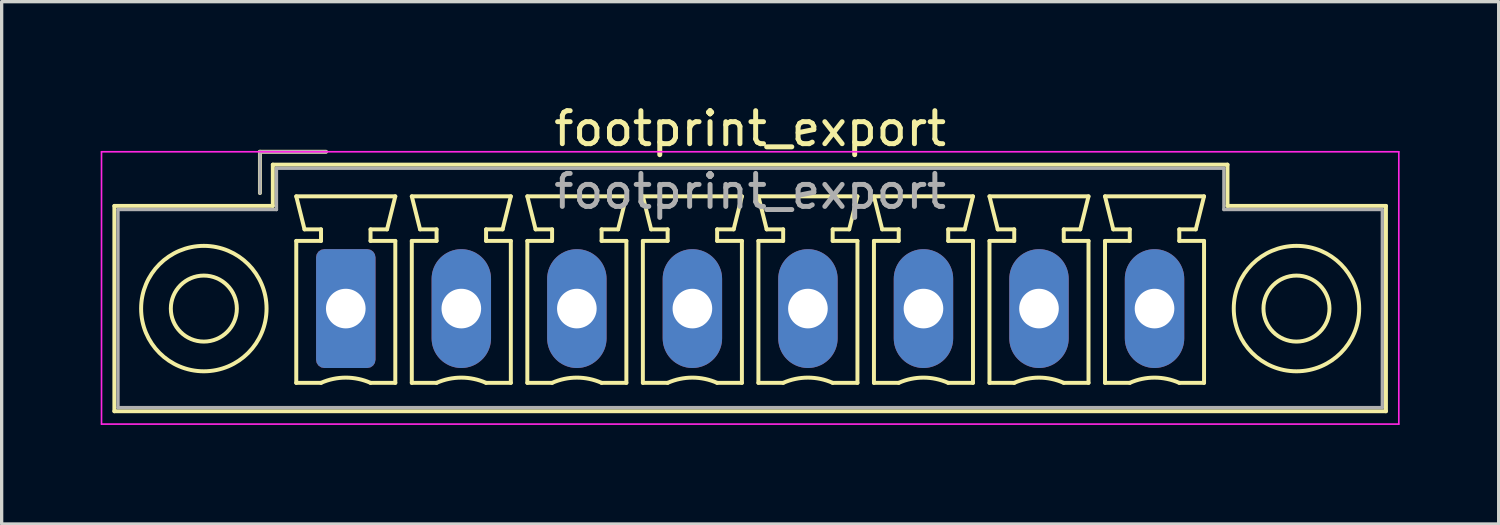
<source format=kicad_pcb>
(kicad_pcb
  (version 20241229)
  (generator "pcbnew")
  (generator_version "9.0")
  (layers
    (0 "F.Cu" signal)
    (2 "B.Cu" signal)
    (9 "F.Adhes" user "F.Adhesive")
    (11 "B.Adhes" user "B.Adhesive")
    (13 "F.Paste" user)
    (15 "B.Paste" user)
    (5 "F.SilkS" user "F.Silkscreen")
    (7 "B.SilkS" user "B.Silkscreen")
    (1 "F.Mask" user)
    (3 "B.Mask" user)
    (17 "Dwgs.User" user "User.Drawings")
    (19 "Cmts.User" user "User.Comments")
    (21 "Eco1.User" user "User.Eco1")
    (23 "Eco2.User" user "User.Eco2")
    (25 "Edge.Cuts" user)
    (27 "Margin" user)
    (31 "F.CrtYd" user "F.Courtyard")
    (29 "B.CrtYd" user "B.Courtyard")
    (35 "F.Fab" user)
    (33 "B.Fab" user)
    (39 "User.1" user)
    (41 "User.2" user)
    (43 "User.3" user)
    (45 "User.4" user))
  (footprint "footprint_export"
    (layer "F.Cu")
    (at 7.425 6.298)
    (property "Reference" "footprint_export" (at 12.25 -5.45 0) (layer "F.SilkS") (effects (font (size 1 1) (thickness 0.15))))
    (attr through_hole)
    (fp_line (start -7.01 -3.11) (end -7.01 3.11) (stroke (width 0.12) (type solid)) (layer "F.SilkS"))
    (fp_line (start -7.01 3.11) (end 31.51 3.11) (stroke (width 0.12) (type solid)) (layer "F.SilkS"))
    (fp_line (start -2.6 -4.75) (end -0.6 -4.75) (stroke (width 0.12) (type solid)) (layer "F.SilkS"))
    (fp_line (start -2.6 -3.5) (end -2.6 -4.75) (stroke (width 0.12) (type solid)) (layer "F.SilkS"))
    (fp_line (start -2.21 -4.36) (end -2.21 -3.11) (stroke (width 0.12) (type solid)) (layer "F.SilkS"))
    (fp_line (start -2.21 -3.11) (end -7.01 -3.11) (stroke (width 0.12) (type solid)) (layer "F.SilkS"))
    (fp_line (start -1.5 -3.4) (end 1.5 -3.4) (stroke (width 0.12) (type solid)) (layer "F.SilkS"))
    (fp_line (start -1.5 -2.05) (end -0.75 -2.05) (stroke (width 0.12) (type solid)) (layer "F.SilkS"))
    (fp_line (start -1.5 2.25) (end -1.5 -2.05) (stroke (width 0.12) (type solid)) (layer "F.SilkS"))
    (fp_line (start -1.25 -2.4) (end -1.5 -3.4) (stroke (width 0.12) (type solid)) (layer "F.SilkS"))
    (fp_line (start -0.75 -2.4) (end -1.25 -2.4) (stroke (width 0.12) (type solid)) (layer "F.SilkS"))
    (fp_line (start -0.75 -2.05) (end -0.75 -2.4) (stroke (width 0.12) (type solid)) (layer "F.SilkS"))
    (fp_line (start -0.75 2.25) (end -1.5 2.25) (stroke (width 0.12) (type solid)) (layer "F.SilkS"))
    (fp_line (start 0.75 -2.4) (end 0.75 -2.05) (stroke (width 0.12) (type solid)) (layer "F.SilkS"))
    (fp_line (start 0.75 -2.05) (end 1.5 -2.05) (stroke (width 0.12) (type solid)) (layer "F.SilkS"))
    (fp_line (start 1.25 -2.4) (end 0.75 -2.4) (stroke (width 0.12) (type solid)) (layer "F.SilkS"))
    (fp_line (start 1.5 -3.4) (end 1.25 -2.4) (stroke (width 0.12) (type solid)) (layer "F.SilkS"))
    (fp_line (start 1.5 -2.05) (end 1.5 2.25) (stroke (width 0.12) (type solid)) (layer "F.SilkS"))
    (fp_line (start 1.5 2.25) (end 0.75 2.25) (stroke (width 0.12) (type solid)) (layer "F.SilkS"))
    (fp_line (start 2 -3.4) (end 5 -3.4) (stroke (width 0.12) (type solid)) (layer "F.SilkS"))
    (fp_line (start 2 -2.05) (end 2.75 -2.05) (stroke (width 0.12) (type solid)) (layer "F.SilkS"))
    (fp_line (start 2 2.25) (end 2 -2.05) (stroke (width 0.12) (type solid)) (layer "F.SilkS"))
    (fp_line (start 2.25 -2.4) (end 2 -3.4) (stroke (width 0.12) (type solid)) (layer "F.SilkS"))
    (fp_line (start 2.75 -2.4) (end 2.25 -2.4) (stroke (width 0.12) (type solid)) (layer "F.SilkS"))
    (fp_line (start 2.75 -2.05) (end 2.75 -2.4) (stroke (width 0.12) (type solid)) (layer "F.SilkS"))
    (fp_line (start 2.75 2.25) (end 2 2.25) (stroke (width 0.12) (type solid)) (layer "F.SilkS"))
    (fp_line (start 4.25 -2.4) (end 4.25 -2.05) (stroke (width 0.12) (type solid)) (layer "F.SilkS"))
    (fp_line (start 4.25 -2.05) (end 5 -2.05) (stroke (width 0.12) (type solid)) (layer "F.SilkS"))
    (fp_line (start 4.75 -2.4) (end 4.25 -2.4) (stroke (width 0.12) (type solid)) (layer "F.SilkS"))
    (fp_line (start 5 -3.4) (end 4.75 -2.4) (stroke (width 0.12) (type solid)) (layer "F.SilkS"))
    (fp_line (start 5 -2.05) (end 5 2.25) (stroke (width 0.12) (type solid)) (layer "F.SilkS"))
    (fp_line (start 5 2.25) (end 4.25 2.25) (stroke (width 0.12) (type solid)) (layer "F.SilkS"))
    (fp_line (start 5.5 -3.4) (end 8.5 -3.4) (stroke (width 0.12) (type solid)) (layer "F.SilkS"))
    (fp_line (start 5.5 -2.05) (end 6.25 -2.05) (stroke (width 0.12) (type solid)) (layer "F.SilkS"))
    (fp_line (start 5.5 2.25) (end 5.5 -2.05) (stroke (width 0.12) (type solid)) (layer "F.SilkS"))
    (fp_line (start 5.75 -2.4) (end 5.5 -3.4) (stroke (width 0.12) (type solid)) (layer "F.SilkS"))
    (fp_line (start 6.25 -2.4) (end 5.75 -2.4) (stroke (width 0.12) (type solid)) (layer "F.SilkS"))
    (fp_line (start 6.25 -2.05) (end 6.25 -2.4) (stroke (width 0.12) (type solid)) (layer "F.SilkS"))
    (fp_line (start 6.25 2.25) (end 5.5 2.25) (stroke (width 0.12) (type solid)) (layer "F.SilkS"))
    (fp_line (start 7.75 -2.4) (end 7.75 -2.05) (stroke (width 0.12) (type solid)) (layer "F.SilkS"))
    (fp_line (start 7.75 -2.05) (end 8.5 -2.05) (stroke (width 0.12) (type solid)) (layer "F.SilkS"))
    (fp_line (start 8.25 -2.4) (end 7.75 -2.4) (stroke (width 0.12) (type solid)) (layer "F.SilkS"))
    (fp_line (start 8.5 -3.4) (end 8.25 -2.4) (stroke (width 0.12) (type solid)) (layer "F.SilkS"))
    (fp_line (start 8.5 -2.05) (end 8.5 2.25) (stroke (width 0.12) (type solid)) (layer "F.SilkS"))
    (fp_line (start 8.5 2.25) (end 7.75 2.25) (stroke (width 0.12) (type solid)) (layer "F.SilkS"))
    (fp_line (start 9 -3.4) (end 12 -3.4) (stroke (width 0.12) (type solid)) (layer "F.SilkS"))
    (fp_line (start 9 -2.05) (end 9.75 -2.05) (stroke (width 0.12) (type solid)) (layer "F.SilkS"))
    (fp_line (start 9 2.25) (end 9 -2.05) (stroke (width 0.12) (type solid)) (layer "F.SilkS"))
    (fp_line (start 9.25 -2.4) (end 9 -3.4) (stroke (width 0.12) (type solid)) (layer "F.SilkS"))
    (fp_line (start 9.75 -2.4) (end 9.25 -2.4) (stroke (width 0.12) (type solid)) (layer "F.SilkS"))
    (fp_line (start 9.75 -2.05) (end 9.75 -2.4) (stroke (width 0.12) (type solid)) (layer "F.SilkS"))
    (fp_line (start 9.75 2.25) (end 9 2.25) (stroke (width 0.12) (type solid)) (layer "F.SilkS"))
    (fp_line (start 11.25 -2.4) (end 11.25 -2.05) (stroke (width 0.12) (type solid)) (layer "F.SilkS"))
    (fp_line (start 11.25 -2.05) (end 12 -2.05) (stroke (width 0.12) (type solid)) (layer "F.SilkS"))
    (fp_line (start 11.75 -2.4) (end 11.25 -2.4) (stroke (width 0.12) (type solid)) (layer "F.SilkS"))
    (fp_line (start 12 -3.4) (end 11.75 -2.4) (stroke (width 0.12) (type solid)) (layer "F.SilkS"))
    (fp_line (start 12 -2.05) (end 12 2.25) (stroke (width 0.12) (type solid)) (layer "F.SilkS"))
    (fp_line (start 12 2.25) (end 11.25 2.25) (stroke (width 0.12) (type solid)) (layer "F.SilkS"))
    (fp_line (start 12.5 -3.4) (end 15.5 -3.4) (stroke (width 0.12) (type solid)) (layer "F.SilkS"))
    (fp_line (start 12.5 -2.05) (end 13.25 -2.05) (stroke (width 0.12) (type solid)) (layer "F.SilkS"))
    (fp_line (start 12.5 2.25) (end 12.5 -2.05) (stroke (width 0.12) (type solid)) (layer "F.SilkS"))
    (fp_line (start 12.75 -2.4) (end 12.5 -3.4) (stroke (width 0.12) (type solid)) (layer "F.SilkS"))
    (fp_line (start 13.25 -2.4) (end 12.75 -2.4) (stroke (width 0.12) (type solid)) (layer "F.SilkS"))
    (fp_line (start 13.25 -2.05) (end 13.25 -2.4) (stroke (width 0.12) (type solid)) (layer "F.SilkS"))
    (fp_line (start 13.25 2.25) (end 12.5 2.25) (stroke (width 0.12) (type solid)) (layer "F.SilkS"))
    (fp_line (start 14.75 -2.4) (end 14.75 -2.05) (stroke (width 0.12) (type solid)) (layer "F.SilkS"))
    (fp_line (start 14.75 -2.05) (end 15.5 -2.05) (stroke (width 0.12) (type solid)) (layer "F.SilkS"))
    (fp_line (start 15.25 -2.4) (end 14.75 -2.4) (stroke (width 0.12) (type solid)) (layer "F.SilkS"))
    (fp_line (start 15.5 -3.4) (end 15.25 -2.4) (stroke (width 0.12) (type solid)) (layer "F.SilkS"))
    (fp_line (start 15.5 -2.05) (end 15.5 2.25) (stroke (width 0.12) (type solid)) (layer "F.SilkS"))
    (fp_line (start 15.5 2.25) (end 14.75 2.25) (stroke (width 0.12) (type solid)) (layer "F.SilkS"))
    (fp_line (start 16 -3.4) (end 19 -3.4) (stroke (width 0.12) (type solid)) (layer "F.SilkS"))
    (fp_line (start 16 -2.05) (end 16.75 -2.05) (stroke (width 0.12) (type solid)) (layer "F.SilkS"))
    (fp_line (start 16 2.25) (end 16 -2.05) (stroke (width 0.12) (type solid)) (layer "F.SilkS"))
    (fp_line (start 16.25 -2.4) (end 16 -3.4) (stroke (width 0.12) (type solid)) (layer "F.SilkS"))
    (fp_line (start 16.75 -2.4) (end 16.25 -2.4) (stroke (width 0.12) (type solid)) (layer "F.SilkS"))
    (fp_line (start 16.75 -2.05) (end 16.75 -2.4) (stroke (width 0.12) (type solid)) (layer "F.SilkS"))
    (fp_line (start 16.75 2.25) (end 16 2.25) (stroke (width 0.12) (type solid)) (layer "F.SilkS"))
    (fp_line (start 18.25 -2.4) (end 18.25 -2.05) (stroke (width 0.12) (type solid)) (layer "F.SilkS"))
    (fp_line (start 18.25 -2.05) (end 19 -2.05) (stroke (width 0.12) (type solid)) (layer "F.SilkS"))
    (fp_line (start 18.75 -2.4) (end 18.25 -2.4) (stroke (width 0.12) (type solid)) (layer "F.SilkS"))
    (fp_line (start 19 -3.4) (end 18.75 -2.4) (stroke (width 0.12) (type solid)) (layer "F.SilkS"))
    (fp_line (start 19 -2.05) (end 19 2.25) (stroke (width 0.12) (type solid)) (layer "F.SilkS"))
    (fp_line (start 19 2.25) (end 18.25 2.25) (stroke (width 0.12) (type solid)) (layer "F.SilkS"))
    (fp_line (start 19.5 -3.4) (end 22.5 -3.4) (stroke (width 0.12) (type solid)) (layer "F.SilkS"))
    (fp_line (start 19.5 -2.05) (end 20.25 -2.05) (stroke (width 0.12) (type solid)) (layer "F.SilkS"))
    (fp_line (start 19.5 2.25) (end 19.5 -2.05) (stroke (width 0.12) (type solid)) (layer "F.SilkS"))
    (fp_line (start 19.75 -2.4) (end 19.5 -3.4) (stroke (width 0.12) (type solid)) (layer "F.SilkS"))
    (fp_line (start 20.25 -2.4) (end 19.75 -2.4) (stroke (width 0.12) (type solid)) (layer "F.SilkS"))
    (fp_line (start 20.25 -2.05) (end 20.25 -2.4) (stroke (width 0.12) (type solid)) (layer "F.SilkS"))
    (fp_line (start 20.25 2.25) (end 19.5 2.25) (stroke (width 0.12) (type solid)) (layer "F.SilkS"))
    (fp_line (start 21.75 -2.4) (end 21.75 -2.05) (stroke (width 0.12) (type solid)) (layer "F.SilkS"))
    (fp_line (start 21.75 -2.05) (end 22.5 -2.05) (stroke (width 0.12) (type solid)) (layer "F.SilkS"))
    (fp_line (start 22.25 -2.4) (end 21.75 -2.4) (stroke (width 0.12) (type solid)) (layer "F.SilkS"))
    (fp_line (start 22.5 -3.4) (end 22.25 -2.4) (stroke (width 0.12) (type solid)) (layer "F.SilkS"))
    (fp_line (start 22.5 -2.05) (end 22.5 2.25) (stroke (width 0.12) (type solid)) (layer "F.SilkS"))
    (fp_line (start 22.5 2.25) (end 21.75 2.25) (stroke (width 0.12) (type solid)) (layer "F.SilkS"))
    (fp_line (start 23 -3.4) (end 26 -3.4) (stroke (width 0.12) (type solid)) (layer "F.SilkS"))
    (fp_line (start 23 -2.05) (end 23.75 -2.05) (stroke (width 0.12) (type solid)) (layer "F.SilkS"))
    (fp_line (start 23 2.25) (end 23 -2.05) (stroke (width 0.12) (type solid)) (layer "F.SilkS"))
    (fp_line (start 23.25 -2.4) (end 23 -3.4) (stroke (width 0.12) (type solid)) (layer "F.SilkS"))
    (fp_line (start 23.75 -2.4) (end 23.25 -2.4) (stroke (width 0.12) (type solid)) (layer "F.SilkS"))
    (fp_line (start 23.75 -2.05) (end 23.75 -2.4) (stroke (width 0.12) (type solid)) (layer "F.SilkS"))
    (fp_line (start 23.75 2.25) (end 23 2.25) (stroke (width 0.12) (type solid)) (layer "F.SilkS"))
    (fp_line (start 25.25 -2.4) (end 25.25 -2.05) (stroke (width 0.12) (type solid)) (layer "F.SilkS"))
    (fp_line (start 25.25 -2.05) (end 26 -2.05) (stroke (width 0.12) (type solid)) (layer "F.SilkS"))
    (fp_line (start 25.75 -2.4) (end 25.25 -2.4) (stroke (width 0.12) (type solid)) (layer "F.SilkS"))
    (fp_line (start 26 -3.4) (end 25.75 -2.4) (stroke (width 0.12) (type solid)) (layer "F.SilkS"))
    (fp_line (start 26 -2.05) (end 26 2.25) (stroke (width 0.12) (type solid)) (layer "F.SilkS"))
    (fp_line (start 26 2.25) (end 25.25 2.25) (stroke (width 0.12) (type solid)) (layer "F.SilkS"))
    (fp_line (start 26.71 -4.36) (end -2.21 -4.36) (stroke (width 0.12) (type solid)) (layer "F.SilkS"))
    (fp_line (start 26.71 -3.11) (end 26.71 -4.36) (stroke (width 0.12) (type solid)) (layer "F.SilkS"))
    (fp_line (start 31.51 -3.11) (end 26.71 -3.11) (stroke (width 0.12) (type solid)) (layer "F.SilkS"))
    (fp_line (start 31.51 3.11) (end 31.51 -3.11) (stroke (width 0.12) (type solid)) (layer "F.SilkS"))
    (fp_arc (start -0.75 2.25) (mid -0.000193 2.09191) (end 0.749647 2.249844) (stroke (width 0.12) (type solid)) (layer "F.SilkS"))
    (fp_arc (start 2.75 2.25) (mid 3.499807 2.09191) (end 4.249647 2.249844) (stroke (width 0.12) (type solid)) (layer "F.SilkS"))
    (fp_arc (start 6.25 2.25) (mid 6.999807 2.09191) (end 7.749647 2.249844) (stroke (width 0.12) (type solid)) (layer "F.SilkS"))
    (fp_arc (start 9.75 2.25) (mid 10.499807 2.09191) (end 11.249647 2.249844) (stroke (width 0.12) (type solid)) (layer "F.SilkS"))
    (fp_arc (start 13.25 2.25) (mid 13.999807 2.09191) (end 14.749647 2.249844) (stroke (width 0.12) (type solid)) (layer "F.SilkS"))
    (fp_arc (start 16.75 2.25) (mid 17.499807 2.09191) (end 18.249647 2.249844) (stroke (width 0.12) (type solid)) (layer "F.SilkS"))
    (fp_arc (start 20.25 2.25) (mid 20.999807 2.09191) (end 21.749647 2.249844) (stroke (width 0.12) (type solid)) (layer "F.SilkS"))
    (fp_arc (start 23.75 2.25) (mid 24.499807 2.09191) (end 25.249647 2.249844) (stroke (width 0.12) (type solid)) (layer "F.SilkS"))
    (fp_circle (center -4.3 0) (end -3.3 0) (stroke (width 0.12) (type solid)) (fill no) (layer "F.SilkS"))
    (fp_circle (center -4.3 0) (end -2.4 0) (stroke (width 0.12) (type solid)) (fill no) (layer "F.SilkS"))
    (fp_circle (center 28.8 0) (end 29.8 0) (stroke (width 0.12) (type solid)) (fill no) (layer "F.SilkS"))
    (fp_circle (center 28.8 0) (end 30.7 0) (stroke (width 0.12) (type solid)) (fill no) (layer "F.SilkS"))
    (fp_line (start -7.4 -4.75) (end -7.4 3.5) (stroke (width 0.05) (type solid)) (layer "F.CrtYd"))
    (fp_line (start -7.4 3.5) (end 31.9 3.5) (stroke (width 0.05) (type solid)) (layer "F.CrtYd"))
    (fp_line (start 31.9 -4.75) (end -7.4 -4.75) (stroke (width 0.05) (type solid)) (layer "F.CrtYd"))
    (fp_line (start 31.9 3.5) (end 31.9 -4.75) (stroke (width 0.05) (type solid)) (layer "F.CrtYd"))
    (fp_line (start -6.9 -3) (end -6.9 3) (stroke (width 0.1) (type solid)) (layer "F.Fab"))
    (fp_line (start -6.9 3) (end 31.4 3) (stroke (width 0.1) (type solid)) (layer "F.Fab"))
    (fp_line (start -2.6 -4.75) (end -0.6 -4.75) (stroke (width 0.1) (type solid)) (layer "F.Fab"))
    (fp_line (start -2.6 -3.5) (end -2.6 -4.75) (stroke (width 0.1) (type solid)) (layer "F.Fab"))
    (fp_line (start -2.1 -4.25) (end -2.1 -3) (stroke (width 0.1) (type solid)) (layer "F.Fab"))
    (fp_line (start -2.1 -3) (end -6.9 -3) (stroke (width 0.1) (type solid)) (layer "F.Fab"))
    (fp_line (start 26.6 -4.25) (end -2.1 -4.25) (stroke (width 0.1) (type solid)) (layer "F.Fab"))
    (fp_line (start 26.6 -3) (end 26.6 -4.25) (stroke (width 0.1) (type solid)) (layer "F.Fab"))
    (fp_line (start 31.4 -3) (end 26.6 -3) (stroke (width 0.1) (type solid)) (layer "F.Fab"))
    (fp_line (start 31.4 3) (end 31.4 -3) (stroke (width 0.1) (type solid)) (layer "F.Fab"))
    (fp_text user "${REFERENCE}" (at 12.25 -3.55 0) (layer "F.Fab") (effects (font (size 1 1) (thickness 0.15))))
    (pad "1" thru_hole roundrect (at 0 0) (size 1.8 3.6) (drill 1.2) (layers "*.Cu" "*.Mask") (roundrect_rratio 0.139))
    (pad "2" thru_hole oval (at 3.5 0) (size 1.8 3.6) (drill 1.2) (layers "*.Cu" "*.Mask"))
    (pad "3" thru_hole oval (at 7 0) (size 1.8 3.6) (drill 1.2) (layers "*.Cu" "*.Mask"))
    (pad "4" thru_hole oval (at 10.5 0) (size 1.8 3.6) (drill 1.2) (layers "*.Cu" "*.Mask"))
    (pad "5" thru_hole oval (at 14 0) (size 1.8 3.6) (drill 1.2) (layers "*.Cu" "*.Mask"))
    (pad "6" thru_hole oval (at 17.5 0) (size 1.8 3.6) (drill 1.2) (layers "*.Cu" "*.Mask"))
    (pad "7" thru_hole oval (at 21 0) (size 1.8 3.6) (drill 1.2) (layers "*.Cu" "*.Mask"))
    (pad "8" thru_hole oval (at 24.5 0) (size 1.8 3.6) (drill 1.2) (layers "*.Cu" "*.Mask")))
  (gr_rect
    (start -3 -3)
    (end 42.35 12.823)
    (stroke (width 0.1) (type default))
    (fill no)
    (layer "Edge.Cuts")))
</source>
